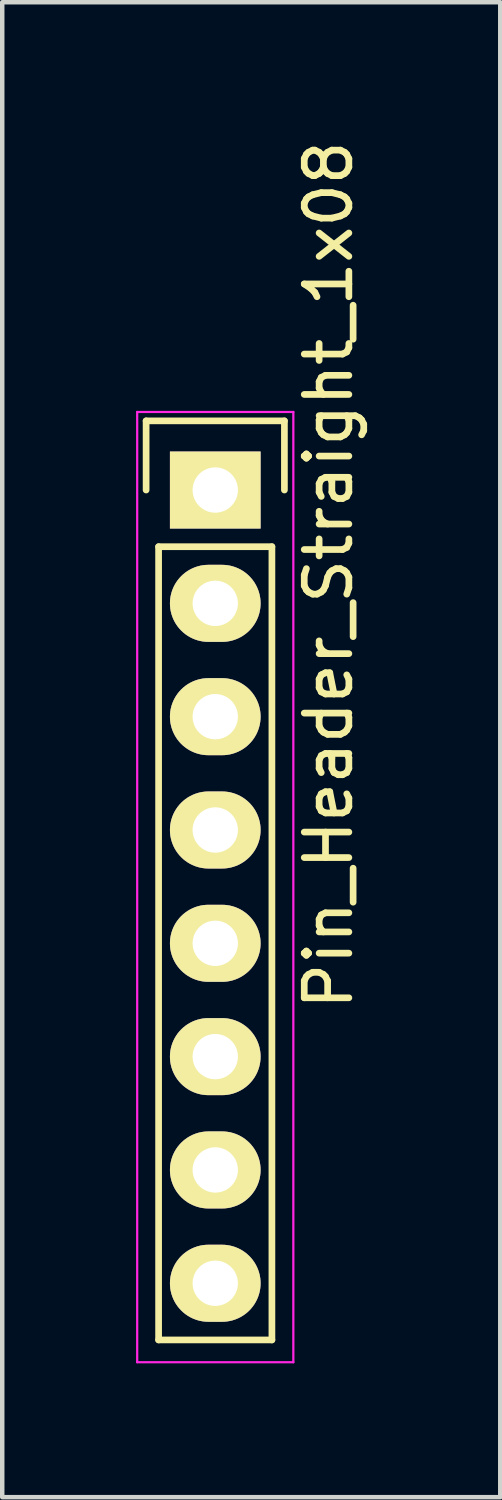
<source format=kicad_pcb>
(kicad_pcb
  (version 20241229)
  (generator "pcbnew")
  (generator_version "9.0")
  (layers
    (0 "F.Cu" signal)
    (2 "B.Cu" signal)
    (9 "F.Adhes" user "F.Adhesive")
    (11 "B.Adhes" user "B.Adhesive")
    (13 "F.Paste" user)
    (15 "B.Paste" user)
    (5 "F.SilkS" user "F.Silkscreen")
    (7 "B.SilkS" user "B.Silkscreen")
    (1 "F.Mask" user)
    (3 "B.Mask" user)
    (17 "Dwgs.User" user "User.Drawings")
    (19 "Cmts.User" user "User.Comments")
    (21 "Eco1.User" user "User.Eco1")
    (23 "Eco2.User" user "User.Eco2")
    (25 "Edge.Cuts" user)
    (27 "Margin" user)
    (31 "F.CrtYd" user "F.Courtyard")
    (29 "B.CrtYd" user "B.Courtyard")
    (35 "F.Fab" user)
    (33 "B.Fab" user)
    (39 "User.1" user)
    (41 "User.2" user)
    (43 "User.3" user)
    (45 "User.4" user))
  (footprint "Pin_Header_Straight_1x08"
    (layer "F.Cu")
    (at 1.775 7.934)
    (property "Reference" "Pin_Header_Straight_1x08" (at 2.54 1.905 90) (layer "F.SilkS") (effects (font (size 1 1) (thickness 0.15))))
    (attr through_hole)
    (fp_line (start -1.55 -1.55) (end 1.55 -1.55) (stroke (width 0.15) (type solid)) (layer "F.SilkS"))
    (fp_line (start -1.55 0) (end -1.55 -1.55) (stroke (width 0.15) (type solid)) (layer "F.SilkS"))
    (fp_line (start -1.27 19.05) (end -1.27 1.27) (stroke (width 0.15) (type solid)) (layer "F.SilkS"))
    (fp_line (start 1.27 1.27) (end -1.27 1.27) (stroke (width 0.15) (type solid)) (layer "F.SilkS"))
    (fp_line (start 1.27 1.27) (end 1.27 19.05) (stroke (width 0.15) (type solid)) (layer "F.SilkS"))
    (fp_line (start 1.27 19.05) (end -1.27 19.05) (stroke (width 0.15) (type solid)) (layer "F.SilkS"))
    (fp_line (start 1.55 -1.55) (end 1.55 0) (stroke (width 0.15) (type solid)) (layer "F.SilkS"))
    (fp_line (start -1.75 -1.75) (end -1.75 19.55) (stroke (width 0.05) (type solid)) (layer "F.CrtYd"))
    (fp_line (start -1.75 -1.75) (end 1.75 -1.75) (stroke (width 0.05) (type solid)) (layer "F.CrtYd"))
    (fp_line (start -1.75 19.55) (end 1.75 19.55) (stroke (width 0.05) (type solid)) (layer "F.CrtYd"))
    (fp_line (start 1.75 -1.75) (end 1.75 19.55) (stroke (width 0.05) (type solid)) (layer "F.CrtYd"))
    (pad "1" thru_hole rect (at 0 0) (size 2.032 1.727) (drill 1.016) (layers "*.Cu" "*.Mask" "F.SilkS"))
    (pad "2" thru_hole oval (at 0 2.54) (size 2.032 1.727) (drill 1.016) (layers "*.Cu" "*.Mask" "F.SilkS"))
    (pad "3" thru_hole oval (at 0 5.08) (size 2.032 1.727) (drill 1.016) (layers "*.Cu" "*.Mask" "F.SilkS"))
    (pad "4" thru_hole oval (at 0 7.62) (size 2.032 1.727) (drill 1.016) (layers "*.Cu" "*.Mask" "F.SilkS"))
    (pad "5" thru_hole oval (at 0 10.16) (size 2.032 1.727) (drill 1.016) (layers "*.Cu" "*.Mask" "F.SilkS"))
    (pad "6" thru_hole oval (at 0 12.7) (size 2.032 1.727) (drill 1.016) (layers "*.Cu" "*.Mask" "F.SilkS"))
    (pad "7" thru_hole oval (at 0 15.24) (size 2.032 1.727) (drill 1.016) (layers "*.Cu" "*.Mask" "F.SilkS"))
    (pad "8" thru_hole oval (at 0 17.78) (size 2.032 1.727) (drill 1.016) (layers "*.Cu" "*.Mask" "F.SilkS")))
  (gr_rect
    (start -3 -3)
    (end 8.163 30.509)
    (stroke (width 0.1) (type default))
    (fill no)
    (layer "Edge.Cuts")))
</source>
